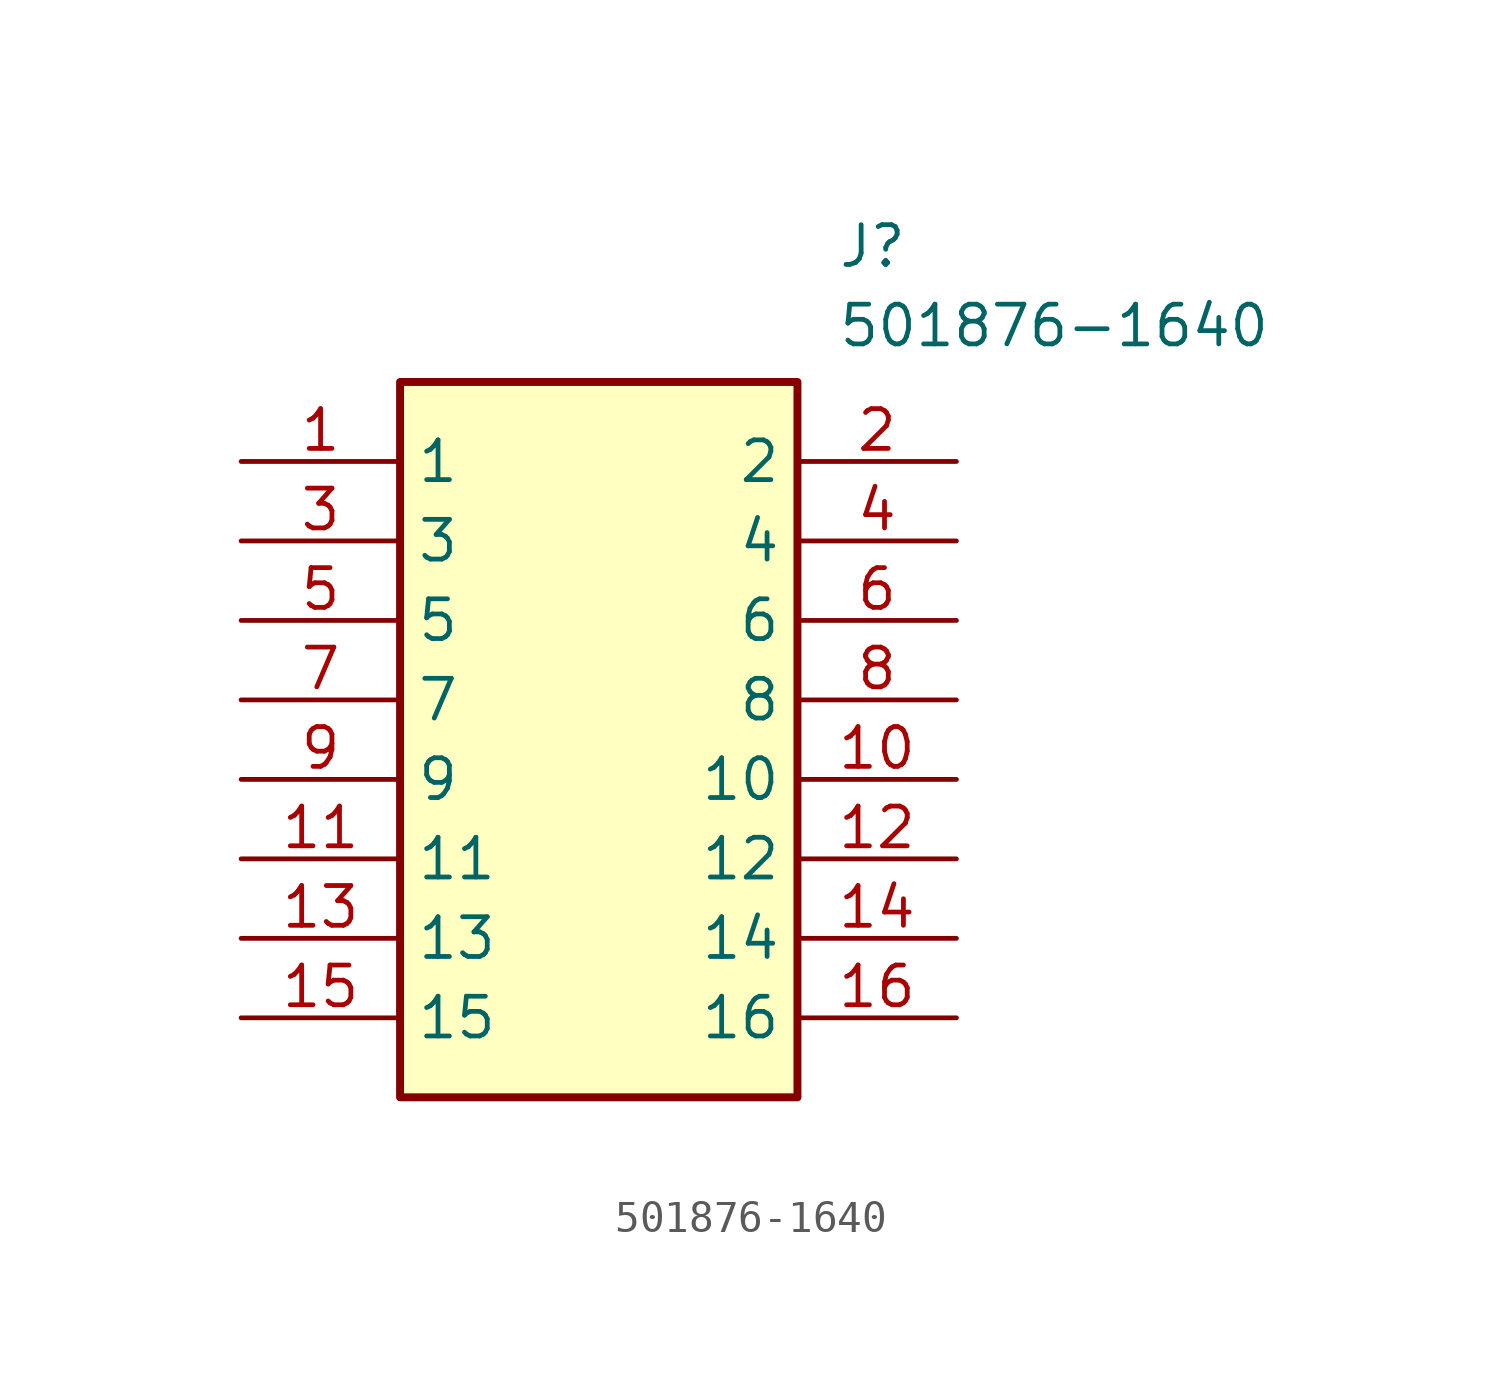
<source format=kicad_sym>
(kicad_symbol_lib
  (version 20211014)
  (generator SamacSys_ECAD_Model)
  (symbol "501876-1640"
    (property "Reference" "J"
      (at 19.05 7.62 0)
      (effects (font (size 1.27 1.27)) (justify left top)))
    (property "Value" "501876-1640"
      (at 19.05 5.08 0)
      (effects (font (size 1.27 1.27)) (justify left top)))
    (rectangle
      (start 5.08 2.54)
      (end 17.78 -20.32)
      (stroke (width 0.254) (type default))
      (fill (type background)))
    (pin passive line
      (at 0 0 0)
      (length 5.08)
      (name "1" (effects (font (size 1.27 1.27))))
      (number "1" (effects (font (size 1.27 1.27)))))
    (pin passive line
      (at 0 -2.54 0)
      (length 5.08)
      (name "3" (effects (font (size 1.27 1.27))))
      (number "3" (effects (font (size 1.27 1.27)))))
    (pin passive line
      (at 0 -5.08 0)
      (length 5.08)
      (name "5" (effects (font (size 1.27 1.27))))
      (number "5" (effects (font (size 1.27 1.27)))))
    (pin passive line
      (at 0 -7.62 0)
      (length 5.08)
      (name "7" (effects (font (size 1.27 1.27))))
      (number "7" (effects (font (size 1.27 1.27)))))
    (pin passive line
      (at 0 -10.16 0)
      (length 5.08)
      (name "9" (effects (font (size 1.27 1.27))))
      (number "9" (effects (font (size 1.27 1.27)))))
    (pin passive line
      (at 0 -12.7 0)
      (length 5.08)
      (name "11" (effects (font (size 1.27 1.27))))
      (number "11" (effects (font (size 1.27 1.27)))))
    (pin passive line
      (at 0 -15.24 0)
      (length 5.08)
      (name "13" (effects (font (size 1.27 1.27))))
      (number "13" (effects (font (size 1.27 1.27)))))
    (pin passive line
      (at 0 -17.78 0)
      (length 5.08)
      (name "15" (effects (font (size 1.27 1.27))))
      (number "15" (effects (font (size 1.27 1.27)))))
    (pin passive line
      (at 22.86 0 180)
      (length 5.08)
      (name "2" (effects (font (size 1.27 1.27))))
      (number "2" (effects (font (size 1.27 1.27)))))
    (pin passive line
      (at 22.86 -2.54 180)
      (length 5.08)
      (name "4" (effects (font (size 1.27 1.27))))
      (number "4" (effects (font (size 1.27 1.27)))))
    (pin passive line
      (at 22.86 -5.08 180)
      (length 5.08)
      (name "6" (effects (font (size 1.27 1.27))))
      (number "6" (effects (font (size 1.27 1.27)))))
    (pin passive line
      (at 22.86 -7.62 180)
      (length 5.08)
      (name "8" (effects (font (size 1.27 1.27))))
      (number "8" (effects (font (size 1.27 1.27)))))
    (pin passive line
      (at 22.86 -10.16 180)
      (length 5.08)
      (name "10" (effects (font (size 1.27 1.27))))
      (number "10" (effects (font (size 1.27 1.27)))))
    (pin passive line
      (at 22.86 -12.7 180)
      (length 5.08)
      (name "12" (effects (font (size 1.27 1.27))))
      (number "12" (effects (font (size 1.27 1.27)))))
    (pin passive line
      (at 22.86 -15.24 180)
      (length 5.08)
      (name "14" (effects (font (size 1.27 1.27))))
      (number "14" (effects (font (size 1.27 1.27)))))
    (pin passive line
      (at 22.86 -17.78 180)
      (length 5.08)
      (name "16" (effects (font (size 1.27 1.27))))
      (number "16" (effects (font (size 1.27 1.27)))))))
</source>
